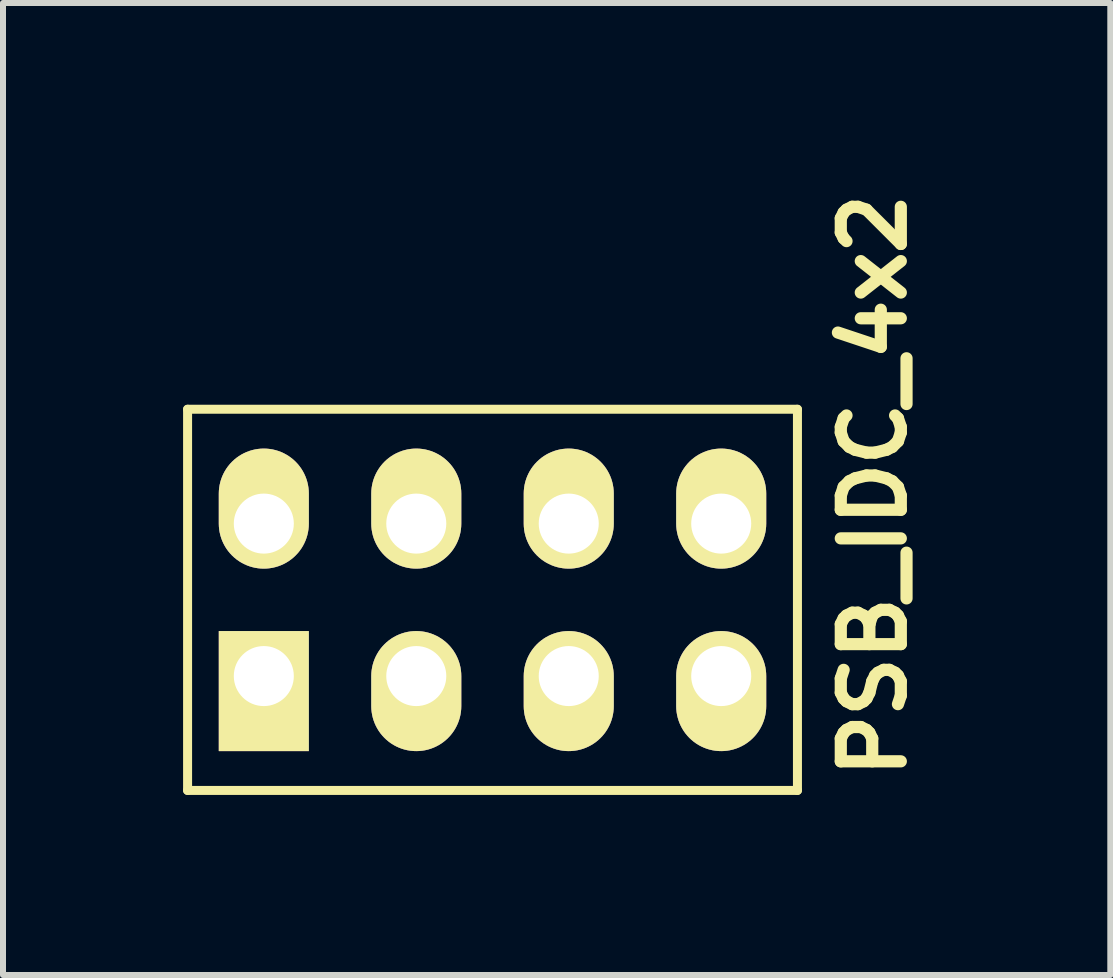
<source format=kicad_pcb>
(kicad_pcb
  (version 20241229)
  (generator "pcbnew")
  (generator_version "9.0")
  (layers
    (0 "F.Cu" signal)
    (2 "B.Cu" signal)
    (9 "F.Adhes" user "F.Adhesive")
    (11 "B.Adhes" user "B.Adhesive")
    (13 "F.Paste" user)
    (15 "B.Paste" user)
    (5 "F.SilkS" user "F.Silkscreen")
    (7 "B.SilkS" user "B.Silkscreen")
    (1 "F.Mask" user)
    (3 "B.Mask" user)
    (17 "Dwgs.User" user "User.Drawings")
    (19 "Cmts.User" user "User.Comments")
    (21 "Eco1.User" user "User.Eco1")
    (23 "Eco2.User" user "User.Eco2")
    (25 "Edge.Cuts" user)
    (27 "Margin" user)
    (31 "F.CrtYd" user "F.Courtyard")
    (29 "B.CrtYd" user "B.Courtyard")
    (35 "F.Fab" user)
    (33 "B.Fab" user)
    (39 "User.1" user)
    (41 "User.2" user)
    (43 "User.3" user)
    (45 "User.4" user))
  (footprint "PSB_IDC_4x2"
    (layer "F.Cu")
    (at 5.155 6.943)
    (property "Reference" "PSB_IDC_4x2" (at 6.35 -1.905 90) (layer "F.SilkS") (effects (font (size 1 1) (thickness 0.203))))
    (attr through_hole)
    (fp_line (start -5.08 -3.175) (end 5.08 -3.175) (stroke (width 0.15) (type solid)) (layer "F.SilkS"))
    (fp_line (start -5.08 3.175) (end -5.08 -3.175) (stroke (width 0.15) (type solid)) (layer "F.SilkS"))
    (fp_line (start 5.08 -3.175) (end 5.08 3.175) (stroke (width 0.15) (type solid)) (layer "F.SilkS"))
    (fp_line (start 5.08 3.175) (end -5.08 3.175) (stroke (width 0.15) (type solid)) (layer "F.SilkS"))
    (pad "1" thru_hole rect (at -3.81 1.27) (size 1.5 2) (drill 1 (offset 0 0.25)) (layers "*.Cu" "*.Mask" "F.SilkS"))
    (pad "2" thru_hole oval (at -3.81 -1.27) (size 1.5 2) (drill 1 (offset 0 -0.25)) (layers "*.Cu" "*.Mask" "F.SilkS"))
    (pad "3" thru_hole oval (at -1.27 1.27) (size 1.5 2) (drill 1 (offset 0 0.25)) (layers "*.Cu" "*.Mask" "F.SilkS"))
    (pad "4" thru_hole oval (at -1.27 -1.27) (size 1.5 2) (drill 1 (offset 0 -0.25)) (layers "*.Cu" "*.Mask" "F.SilkS"))
    (pad "5" thru_hole oval (at 1.27 1.27) (size 1.5 2) (drill 1 (offset 0 0.25)) (layers "*.Cu" "*.Mask" "F.SilkS"))
    (pad "6" thru_hole oval (at 1.27 -1.27) (size 1.5 2) (drill 1 (offset 0 -0.25)) (layers "*.Cu" "*.Mask" "F.SilkS"))
    (pad "7" thru_hole oval (at 3.81 1.27) (size 1.5 2) (drill 1 (offset 0 0.25)) (layers "*.Cu" "*.Mask" "F.SilkS"))
    (pad "8" thru_hole oval (at 3.81 -1.27) (size 1.5 2) (drill 1 (offset 0 -0.25)) (layers "*.Cu" "*.Mask" "F.SilkS")))
  (gr_rect
    (start -3 -3)
    (end 15.447 13.193)
    (stroke (width 0.1) (type default))
    (fill no)
    (layer "Edge.Cuts")))
</source>
